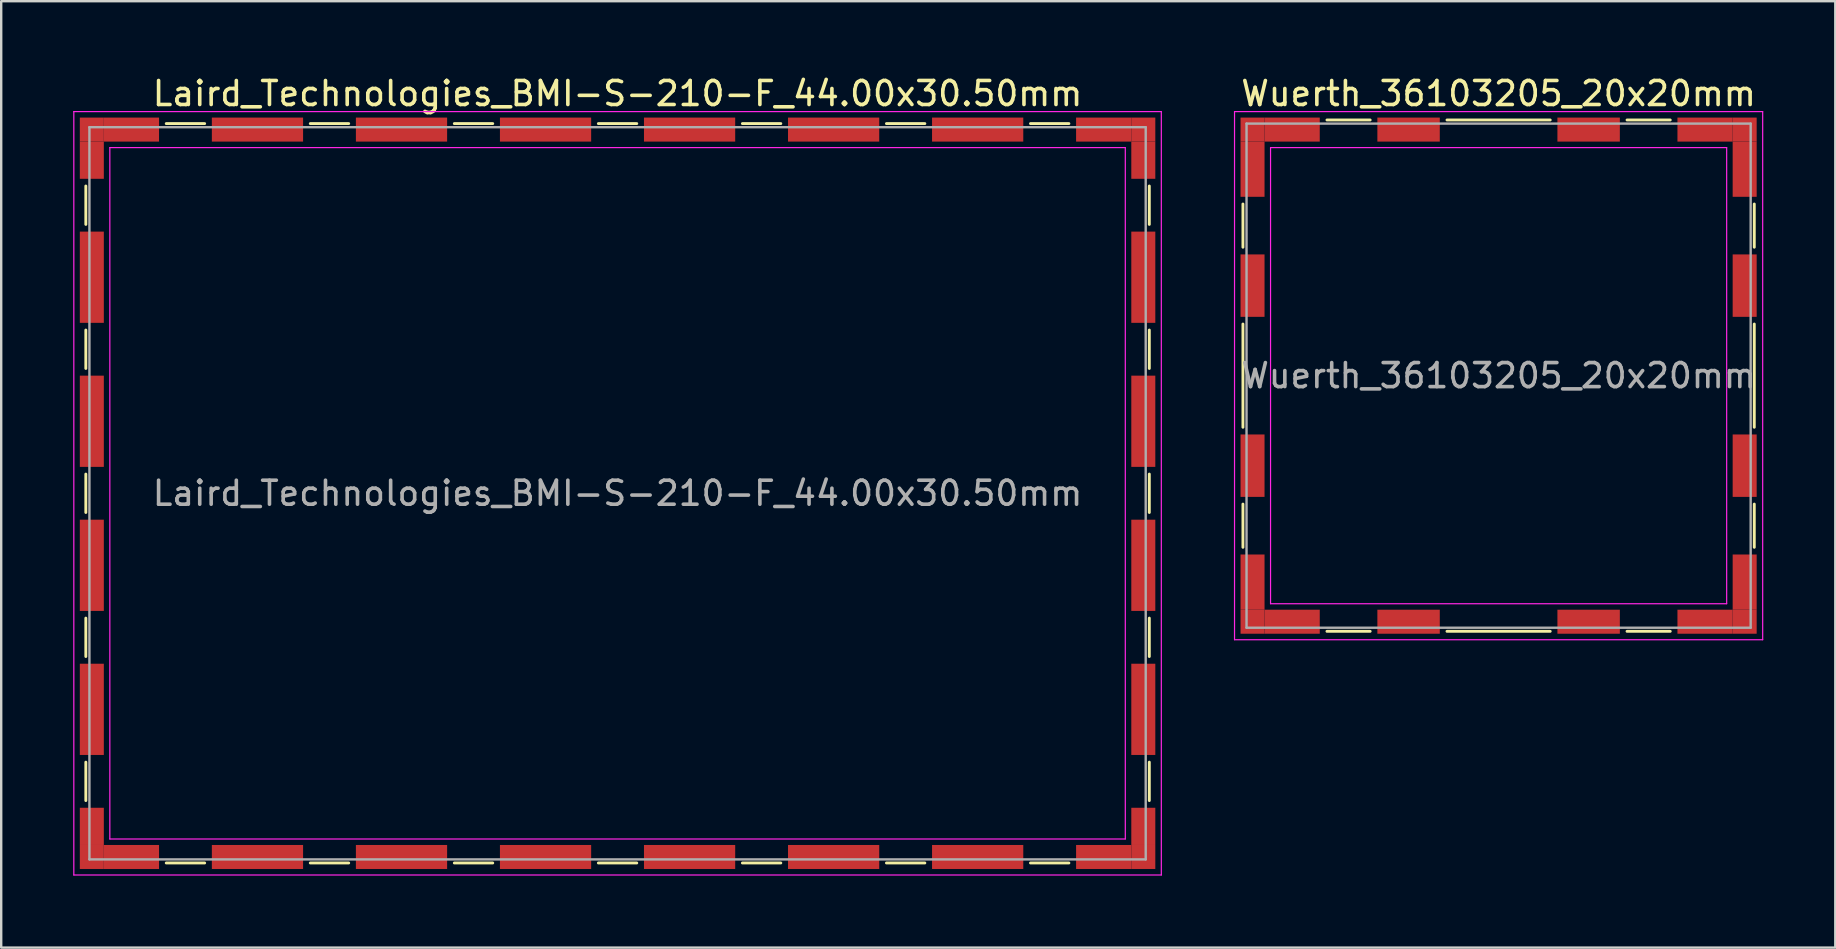
<source format=kicad_pcb>
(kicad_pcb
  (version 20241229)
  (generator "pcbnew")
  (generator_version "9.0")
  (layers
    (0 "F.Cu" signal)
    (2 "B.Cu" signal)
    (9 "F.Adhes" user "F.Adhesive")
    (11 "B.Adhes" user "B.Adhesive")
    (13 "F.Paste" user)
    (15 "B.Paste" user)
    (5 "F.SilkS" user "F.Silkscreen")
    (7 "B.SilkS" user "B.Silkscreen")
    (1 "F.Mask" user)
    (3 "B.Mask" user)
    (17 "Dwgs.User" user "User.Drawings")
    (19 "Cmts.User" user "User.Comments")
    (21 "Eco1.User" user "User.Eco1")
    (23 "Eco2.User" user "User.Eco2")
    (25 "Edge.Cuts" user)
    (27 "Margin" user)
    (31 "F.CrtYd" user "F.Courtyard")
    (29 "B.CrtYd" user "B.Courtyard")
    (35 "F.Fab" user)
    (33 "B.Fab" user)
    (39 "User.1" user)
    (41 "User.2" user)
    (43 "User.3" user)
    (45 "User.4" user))
  (footprint "Wuerth_36103205_20x20mm"
    (layer "F.Cu")
    (at 59.375 12.598)
    (property "Reference" "Wuerth_36103205_20x20mm" (at 0 -11.75 0) (layer "F.SilkS") (effects (font (size 1 1) (thickness 0.15))))
    (attr smd)
    (fp_line (start -10.65 -7.15) (end -10.65 -5.35) (stroke (width 0.12) (type solid)) (layer "F.SilkS"))
    (fp_line (start -10.65 -2.15) (end -10.65 2.15) (stroke (width 0.12) (type solid)) (layer "F.SilkS"))
    (fp_line (start -10.65 5.35) (end -10.65 7.15) (stroke (width 0.12) (type solid)) (layer "F.SilkS"))
    (fp_line (start -7.15 -10.65) (end -5.35 -10.65) (stroke (width 0.12) (type solid)) (layer "F.SilkS"))
    (fp_line (start -7.15 10.65) (end -5.35 10.65) (stroke (width 0.12) (type solid)) (layer "F.SilkS"))
    (fp_line (start -2.15 -10.65) (end 2.15 -10.65) (stroke (width 0.12) (type solid)) (layer "F.SilkS"))
    (fp_line (start -2.15 10.65) (end 2.15 10.65) (stroke (width 0.12) (type solid)) (layer "F.SilkS"))
    (fp_line (start 5.35 -10.65) (end 7.15 -10.65) (stroke (width 0.12) (type solid)) (layer "F.SilkS"))
    (fp_line (start 5.35 10.65) (end 7.15 10.65) (stroke (width 0.12) (type solid)) (layer "F.SilkS"))
    (fp_line (start 10.65 -7.15) (end 10.65 -5.35) (stroke (width 0.12) (type solid)) (layer "F.SilkS"))
    (fp_line (start 10.65 -2.15) (end 10.65 2.15) (stroke (width 0.12) (type solid)) (layer "F.SilkS"))
    (fp_line (start 10.65 5.35) (end 10.65 7.15) (stroke (width 0.12) (type solid)) (layer "F.SilkS"))
    (fp_line (start -11 -11) (end -11 11) (stroke (width 0.05) (type solid)) (layer "F.CrtYd"))
    (fp_line (start -11 11) (end 11 11) (stroke (width 0.05) (type solid)) (layer "F.CrtYd"))
    (fp_line (start -9.5 -9.5) (end -9.5 9.5) (stroke (width 0.05) (type solid)) (layer "F.CrtYd"))
    (fp_line (start -9.5 9.5) (end 9.5 9.5) (stroke (width 0.05) (type solid)) (layer "F.CrtYd"))
    (fp_line (start 9.5 -9.5) (end -9.5 -9.5) (stroke (width 0.05) (type solid)) (layer "F.CrtYd"))
    (fp_line (start 9.5 9.5) (end 9.5 -9.5) (stroke (width 0.05) (type solid)) (layer "F.CrtYd"))
    (fp_line (start 11 -11) (end -11 -11) (stroke (width 0.05) (type solid)) (layer "F.CrtYd"))
    (fp_line (start 11 11) (end 11 -11) (stroke (width 0.05) (type solid)) (layer "F.CrtYd"))
    (fp_line (start -10.5 -10.5) (end -10.5 10.5) (stroke (width 0.1) (type solid)) (layer "F.Fab"))
    (fp_line (start -10.5 10.5) (end 10.5 10.5) (stroke (width 0.1) (type solid)) (layer "F.Fab"))
    (fp_line (start 10.5 -10.5) (end -10.5 -10.5) (stroke (width 0.1) (type solid)) (layer "F.Fab"))
    (fp_line (start 10.5 10.5) (end 10.5 -10.5) (stroke (width 0.1) (type solid)) (layer "F.Fab"))
    (fp_text user "${REFERENCE}" (at 0 0 0) (layer "F.Fab") (effects (font (size 1 1) (thickness 0.15))))
    (pad "1" smd rect (at -10.25 -10.25) (size 1 1) (layers "F.Cu" "F.Mask" "F.Paste"))
    (pad "1" smd rect (at -10.25 -8.6) (size 1 2.3) (layers "F.Cu" "F.Mask" "F.Paste"))
    (pad "1" smd rect (at -10.25 -3.75) (size 1 2.6) (layers "F.Cu" "F.Mask" "F.Paste"))
    (pad "1" smd rect (at -10.25 3.75) (size 1 2.6) (layers "F.Cu" "F.Mask" "F.Paste"))
    (pad "1" smd rect (at -10.25 8.6) (size 1 2.3) (layers "F.Cu" "F.Mask" "F.Paste"))
    (pad "1" smd rect (at -10.25 10.25) (size 1 1) (layers "F.Cu" "F.Mask" "F.Paste"))
    (pad "1" smd rect (at -8.6 -10.25) (size 2.3 1) (layers "F.Cu" "F.Mask" "F.Paste"))
    (pad "1" smd rect (at -8.6 10.25) (size 2.3 1) (layers "F.Cu" "F.Mask" "F.Paste"))
    (pad "1" smd rect (at -3.75 -10.25) (size 2.6 1) (layers "F.Cu" "F.Mask" "F.Paste"))
    (pad "1" smd rect (at -3.75 10.25) (size 2.6 1) (layers "F.Cu" "F.Mask" "F.Paste"))
    (pad "1" smd rect (at 3.75 -10.25) (size 2.6 1) (layers "F.Cu" "F.Mask" "F.Paste"))
    (pad "1" smd rect (at 3.75 10.25) (size 2.6 1) (layers "F.Cu" "F.Mask" "F.Paste"))
    (pad "1" smd rect (at 8.6 -10.25) (size 2.3 1) (layers "F.Cu" "F.Mask" "F.Paste"))
    (pad "1" smd rect (at 8.6 10.25) (size 2.3 1) (layers "F.Cu" "F.Mask" "F.Paste"))
    (pad "1" smd rect (at 10.25 -10.25) (size 1 1) (layers "F.Cu" "F.Mask" "F.Paste"))
    (pad "1" smd rect (at 10.25 -8.6) (size 1 2.3) (layers "F.Cu" "F.Mask" "F.Paste"))
    (pad "1" smd rect (at 10.25 -3.75) (size 1 2.6) (layers "F.Cu" "F.Mask" "F.Paste"))
    (pad "1" smd rect (at 10.25 3.75) (size 1 2.6) (layers "F.Cu" "F.Mask" "F.Paste"))
    (pad "1" smd rect (at 10.25 8.6) (size 1 2.3) (layers "F.Cu" "F.Mask" "F.Paste"))
    (pad "1" smd rect (at 10.25 10.25) (size 1 1) (layers "F.Cu" "F.Mask" "F.Paste")))
  (footprint "Laird_Technologies_BMI-S-210-F_44.00x30.50mm"
    (layer "F.Cu")
    (at 22.675 17.498)
    (property "Reference" "Laird_Technologies_BMI-S-210-F_44.00x30.50mm" (at 0 -16.65 0) (layer "F.SilkS") (effects (font (size 1 1) (thickness 0.15))))
    (attr smd)
    (fp_line (start -22.15 -12.8) (end -22.15 -11.2) (stroke (width 0.12) (type solid)) (layer "F.SilkS"))
    (fp_line (start -22.15 -6.8) (end -22.15 -5.2) (stroke (width 0.12) (type solid)) (layer "F.SilkS"))
    (fp_line (start -22.15 -0.8) (end -22.15 0.8) (stroke (width 0.12) (type solid)) (layer "F.SilkS"))
    (fp_line (start -22.15 5.2) (end -22.15 6.8) (stroke (width 0.12) (type solid)) (layer "F.SilkS"))
    (fp_line (start -22.15 11.2) (end -22.15 12.8) (stroke (width 0.12) (type solid)) (layer "F.SilkS"))
    (fp_line (start -18.8 -15.4) (end -17.2 -15.4) (stroke (width 0.12) (type solid)) (layer "F.SilkS"))
    (fp_line (start -18.8 15.4) (end -17.2 15.4) (stroke (width 0.12) (type solid)) (layer "F.SilkS"))
    (fp_line (start -12.8 -15.4) (end -11.2 -15.4) (stroke (width 0.12) (type solid)) (layer "F.SilkS"))
    (fp_line (start -12.8 15.4) (end -11.2 15.4) (stroke (width 0.12) (type solid)) (layer "F.SilkS"))
    (fp_line (start -6.8 -15.4) (end -5.2 -15.4) (stroke (width 0.12) (type solid)) (layer "F.SilkS"))
    (fp_line (start -6.8 15.4) (end -5.2 15.4) (stroke (width 0.12) (type solid)) (layer "F.SilkS"))
    (fp_line (start -0.8 -15.4) (end 0.8 -15.4) (stroke (width 0.12) (type solid)) (layer "F.SilkS"))
    (fp_line (start -0.8 15.4) (end 0.8 15.4) (stroke (width 0.12) (type solid)) (layer "F.SilkS"))
    (fp_line (start 5.2 -15.4) (end 6.8 -15.4) (stroke (width 0.12) (type solid)) (layer "F.SilkS"))
    (fp_line (start 5.2 15.4) (end 6.8 15.4) (stroke (width 0.12) (type solid)) (layer "F.SilkS"))
    (fp_line (start 11.2 -15.4) (end 12.8 -15.4) (stroke (width 0.12) (type solid)) (layer "F.SilkS"))
    (fp_line (start 11.2 15.4) (end 12.8 15.4) (stroke (width 0.12) (type solid)) (layer "F.SilkS"))
    (fp_line (start 17.2 -15.4) (end 18.8 -15.4) (stroke (width 0.12) (type solid)) (layer "F.SilkS"))
    (fp_line (start 17.2 15.4) (end 18.8 15.4) (stroke (width 0.12) (type solid)) (layer "F.SilkS"))
    (fp_line (start 22.15 -12.8) (end 22.15 -11.2) (stroke (width 0.12) (type solid)) (layer "F.SilkS"))
    (fp_line (start 22.15 -6.8) (end 22.15 -5.2) (stroke (width 0.12) (type solid)) (layer "F.SilkS"))
    (fp_line (start 22.15 -0.8) (end 22.15 0.8) (stroke (width 0.12) (type solid)) (layer "F.SilkS"))
    (fp_line (start 22.15 5.2) (end 22.15 6.8) (stroke (width 0.12) (type solid)) (layer "F.SilkS"))
    (fp_line (start 22.15 11.2) (end 22.15 12.8) (stroke (width 0.12) (type solid)) (layer "F.SilkS"))
    (fp_line (start -22.65 -15.9) (end -22.65 15.9) (stroke (width 0.05) (type solid)) (layer "F.CrtYd"))
    (fp_line (start -22.65 15.9) (end 22.65 15.9) (stroke (width 0.05) (type solid)) (layer "F.CrtYd"))
    (fp_line (start -21.15 -14.4) (end -21.15 14.4) (stroke (width 0.05) (type solid)) (layer "F.CrtYd"))
    (fp_line (start 21.15 -14.4) (end -21.15 -14.4) (stroke (width 0.05) (type solid)) (layer "F.CrtYd"))
    (fp_line (start 21.15 -14.4) (end 21.15 14.4) (stroke (width 0.05) (type solid)) (layer "F.CrtYd"))
    (fp_line (start 21.15 14.4) (end -21.15 14.4) (stroke (width 0.05) (type solid)) (layer "F.CrtYd"))
    (fp_line (start 22.65 -15.9) (end -22.65 -15.9) (stroke (width 0.05) (type solid)) (layer "F.CrtYd"))
    (fp_line (start 22.65 15.9) (end 22.65 -15.9) (stroke (width 0.05) (type solid)) (layer "F.CrtYd"))
    (fp_line (start -22 -15.25) (end -22 15.25) (stroke (width 0.1) (type solid)) (layer "F.Fab"))
    (fp_line (start -22 15.25) (end 22 15.25) (stroke (width 0.1) (type solid)) (layer "F.Fab"))
    (fp_line (start 22 -15.25) (end -22 -15.25) (stroke (width 0.1) (type solid)) (layer "F.Fab"))
    (fp_line (start 22 15.25) (end 22 -15.25) (stroke (width 0.1) (type solid)) (layer "F.Fab"))
    (fp_text user "${REFERENCE}" (at 0 0 0) (layer "F.Fab") (effects (font (size 1 1) (thickness 0.15))))
    (pad "1" smd rect (at -21.9 -15.15) (size 1 1) (layers "F.Cu" "F.Mask" "F.Paste"))
    (pad "1" smd rect (at -21.9 -13.875) (size 1 1.55) (layers "F.Cu" "F.Mask" "F.Paste"))
    (pad "1" smd rect (at -21.9 -9) (size 1 3.8) (layers "F.Cu" "F.Mask" "F.Paste"))
    (pad "1" smd rect (at -21.9 -3) (size 1 3.8) (layers "F.Cu" "F.Mask" "F.Paste"))
    (pad "1" smd rect (at -21.9 3) (size 1 3.8) (layers "F.Cu" "F.Mask" "F.Paste"))
    (pad "1" smd rect (at -21.9 9) (size 1 3.8) (layers "F.Cu" "F.Mask" "F.Paste"))
    (pad "1" smd rect (at -21.9 13.875) (size 1 1.55) (layers "F.Cu" "F.Mask" "F.Paste"))
    (pad "1" smd rect (at -21.9 15.15) (size 1 1) (layers "F.Cu" "F.Mask" "F.Paste"))
    (pad "1" smd rect (at -20.25 -15.15) (size 2.3 1) (layers "F.Cu" "F.Mask" "F.Paste"))
    (pad "1" smd rect (at -20.25 15.15) (size 2.3 1) (layers "F.Cu" "F.Mask" "F.Paste"))
    (pad "1" smd rect (at -15 -15.15) (size 3.8 1) (layers "F.Cu" "F.Mask" "F.Paste"))
    (pad "1" smd rect (at -15 15.15) (size 3.8 1) (layers "F.Cu" "F.Mask" "F.Paste"))
    (pad "1" smd rect (at -9 -15.15) (size 3.8 1) (layers "F.Cu" "F.Mask" "F.Paste"))
    (pad "1" smd rect (at -9 15.15) (size 3.8 1) (layers "F.Cu" "F.Mask" "F.Paste"))
    (pad "1" smd rect (at -3 -15.15) (size 3.8 1) (layers "F.Cu" "F.Mask" "F.Paste"))
    (pad "1" smd rect (at -3 15.15) (size 3.8 1) (layers "F.Cu" "F.Mask" "F.Paste"))
    (pad "1" smd rect (at 3 -15.15) (size 3.8 1) (layers "F.Cu" "F.Mask" "F.Paste"))
    (pad "1" smd rect (at 3 15.15) (size 3.8 1) (layers "F.Cu" "F.Mask" "F.Paste"))
    (pad "1" smd rect (at 9 -15.15) (size 3.8 1) (layers "F.Cu" "F.Mask" "F.Paste"))
    (pad "1" smd rect (at 9 15.15) (size 3.8 1) (layers "F.Cu" "F.Mask" "F.Paste"))
    (pad "1" smd rect (at 15 -15.15) (size 3.8 1) (layers "F.Cu" "F.Mask" "F.Paste"))
    (pad "1" smd rect (at 15 15.15) (size 3.8 1) (layers "F.Cu" "F.Mask" "F.Paste"))
    (pad "1" smd rect (at 20.25 -15.15) (size 2.3 1) (layers "F.Cu" "F.Mask" "F.Paste"))
    (pad "1" smd rect (at 20.25 15.15) (size 2.3 1) (layers "F.Cu" "F.Mask" "F.Paste"))
    (pad "1" smd rect (at 21.9 -15.15) (size 1 1) (layers "F.Cu" "F.Mask" "F.Paste"))
    (pad "1" smd rect (at 21.9 -13.875) (size 1 1.55) (layers "F.Cu" "F.Mask" "F.Paste"))
    (pad "1" smd rect (at 21.9 -9) (size 1 3.8) (layers "F.Cu" "F.Mask" "F.Paste"))
    (pad "1" smd rect (at 21.9 -3) (size 1 3.8) (layers "F.Cu" "F.Mask" "F.Paste"))
    (pad "1" smd rect (at 21.9 3) (size 1 3.8) (layers "F.Cu" "F.Mask" "F.Paste"))
    (pad "1" smd rect (at 21.9 9) (size 1 3.8) (layers "F.Cu" "F.Mask" "F.Paste"))
    (pad "1" smd rect (at 21.9 13.875) (size 1 1.55) (layers "F.Cu" "F.Mask" "F.Paste"))
    (pad "1" smd rect (at 21.9 15.15) (size 1 1) (layers "F.Cu" "F.Mask" "F.Paste")))
  (gr_rect
    (start -3 -3)
    (end 73.4 36.423)
    (stroke (width 0.1) (type default))
    (fill no)
    (layer "Edge.Cuts")))
</source>
